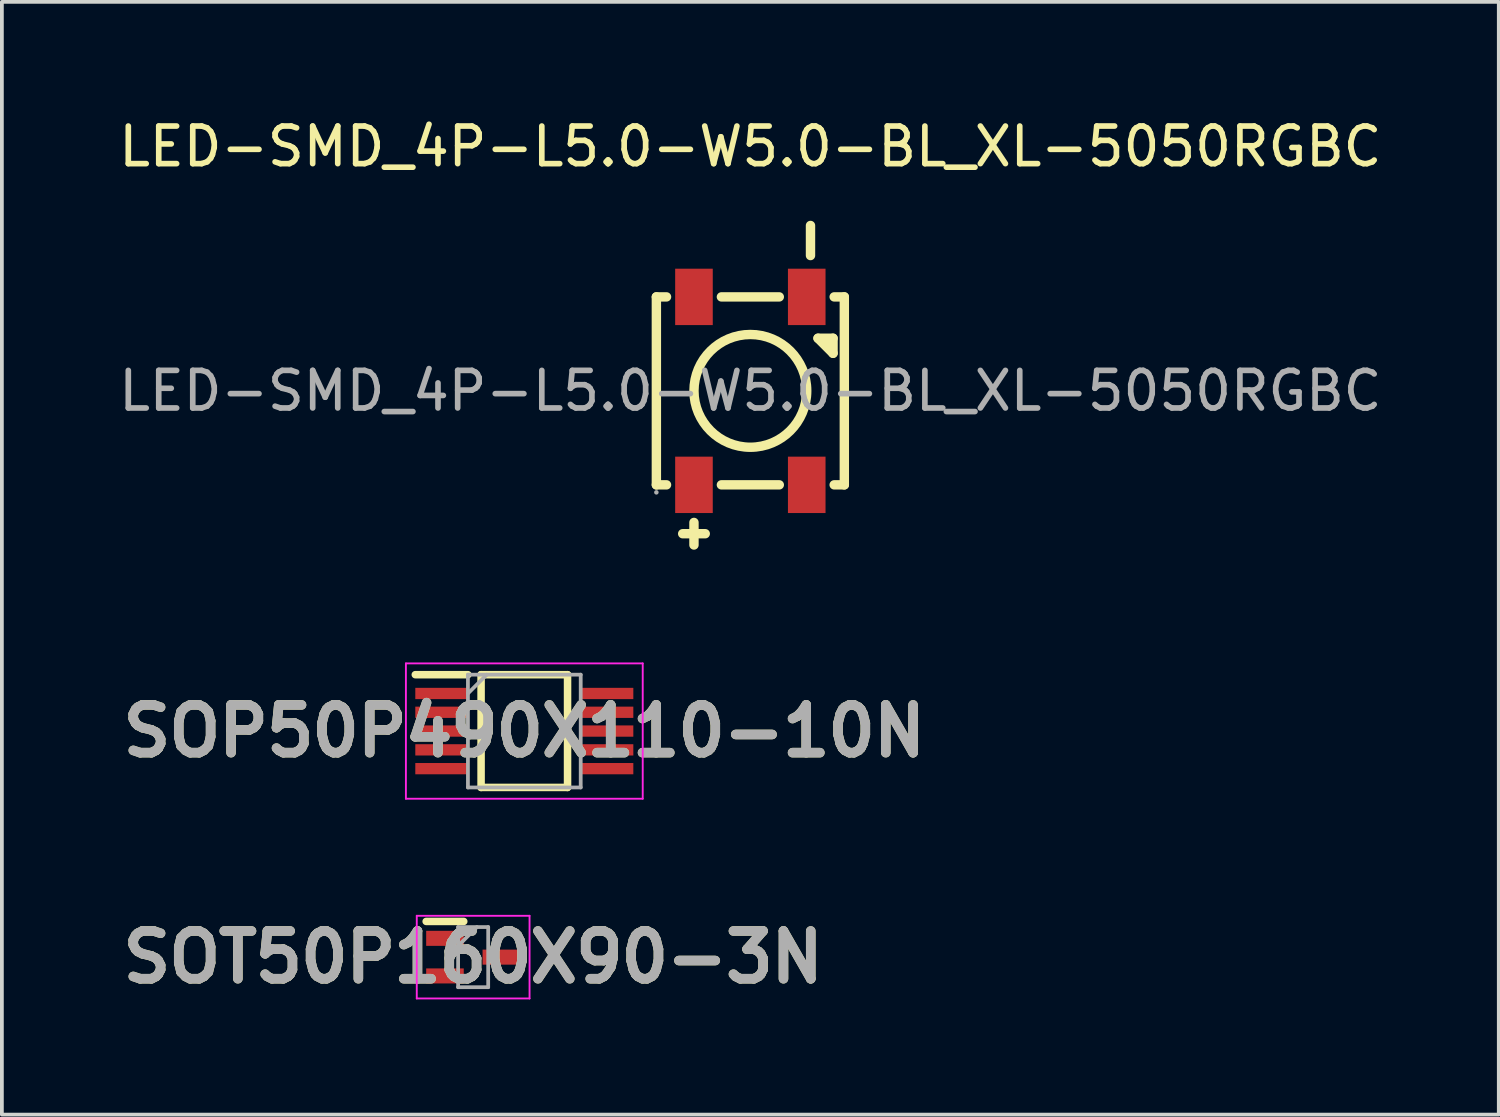
<source format=kicad_pcb>
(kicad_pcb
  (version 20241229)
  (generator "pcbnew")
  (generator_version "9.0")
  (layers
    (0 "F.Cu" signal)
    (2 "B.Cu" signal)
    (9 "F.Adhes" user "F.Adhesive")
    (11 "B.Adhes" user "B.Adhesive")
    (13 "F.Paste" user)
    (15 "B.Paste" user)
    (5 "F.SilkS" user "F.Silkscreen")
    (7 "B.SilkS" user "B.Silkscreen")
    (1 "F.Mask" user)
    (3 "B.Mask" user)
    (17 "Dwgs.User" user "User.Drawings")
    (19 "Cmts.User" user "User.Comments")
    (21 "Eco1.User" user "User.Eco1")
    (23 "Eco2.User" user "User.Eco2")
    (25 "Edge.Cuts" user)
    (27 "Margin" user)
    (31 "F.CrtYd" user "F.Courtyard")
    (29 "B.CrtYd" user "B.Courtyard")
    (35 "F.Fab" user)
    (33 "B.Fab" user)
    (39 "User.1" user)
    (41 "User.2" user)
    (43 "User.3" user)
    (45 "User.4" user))
  (footprint "LED-SMD_4P-L5.0-W5.0-BL_XL-5050RGBC"
    (layer "F.Cu")
    (at 16.911 7.348)
    (property "Reference" "LED-SMD_4P-L5.0-W5.0-BL_XL-5050RGBC" (at 0 -6.5 0) (layer "F.SilkS") (effects (font (size 1 1) (thickness 0.15))))
    (attr smd)
    (fp_line (start -2.5 -2.5) (end -2.23 -2.5) (stroke (width 0.25) (type solid)) (layer "F.SilkS"))
    (fp_line (start -2.5 2.5) (end -2.5 -2.5) (stroke (width 0.25) (type solid)) (layer "F.SilkS"))
    (fp_line (start -2.5 2.5) (end -2.23 2.5) (stroke (width 0.25) (type solid)) (layer "F.SilkS"))
    (fp_line (start -1.8 3.8) (end -1.2 3.8) (stroke (width 0.25) (type solid)) (layer "F.SilkS"))
    (fp_line (start -1.5 4.1) (end -1.5 3.5) (stroke (width 0.25) (type solid)) (layer "F.SilkS"))
    (fp_line (start -0.77 -2.5) (end 0.77 -2.5) (stroke (width 0.25) (type solid)) (layer "F.SilkS"))
    (fp_line (start -0.77 2.5) (end 0.77 2.5) (stroke (width 0.25) (type solid)) (layer "F.SilkS"))
    (fp_line (start 1.6 -4.4) (end 1.6 -3.6) (stroke (width 0.25) (type solid)) (layer "F.SilkS"))
    (fp_line (start 1.8 -1.4) (end 2.2 -1.4) (stroke (width 0.25) (type solid)) (layer "F.SilkS"))
    (fp_line (start 2.2 -1.4) (end 2.2 -1) (stroke (width 0.25) (type solid)) (layer "F.SilkS"))
    (fp_line (start 2.2 -1) (end 1.8 -1.4) (stroke (width 0.25) (type solid)) (layer "F.SilkS"))
    (fp_line (start 2.23 -2.5) (end 2.5 -2.5) (stroke (width 0.25) (type solid)) (layer "F.SilkS"))
    (fp_line (start 2.23 2.5) (end 2.5 2.5) (stroke (width 0.25) (type solid)) (layer "F.SilkS"))
    (fp_line (start 2.5 2.5) (end 2.5 -2.5) (stroke (width 0.25) (type solid)) (layer "F.SilkS"))
    (fp_circle (center 0 0) (end 1.5 0) (stroke (width 0.25) (type solid)) (fill no) (layer "F.SilkS"))
    (fp_circle (center -2.5 2.7) (end -2.47 2.7) (stroke (width 0.06) (type solid)) (fill no) (layer "F.Fab"))
    (fp_text user "${REFERENCE}" (at 0 0 0) (layer "F.Fab") (effects (font (size 1 1) (thickness 0.15))))
    (pad "1" smd rect (at -1.5 2.5 90) (size 1.5 1) (layers "F.Cu" "F.Mask" "F.Paste"))
    (pad "2" smd rect (at 1.5 2.5 90) (size 1.5 1) (layers "F.Cu" "F.Mask" "F.Paste"))
    (pad "3" smd rect (at 1.5 -2.5 90) (size 1.5 1) (layers "F.Cu" "F.Mask" "F.Paste"))
    (pad "4" smd rect (at -1.5 -2.5 90) (size 1.5 1) (layers "F.Cu" "F.Mask" "F.Paste")))
  (footprint "SOP50P490X110-10N"
    (layer "F.Cu")
    (at 10.898 16.398)
    (property "Reference" "SOP50P490X110-10N" (at 0 0 0) (layer "F.SilkS") (effects (font (size 1.27 1.27) (thickness 0.254))))
    (attr smd)
    (fp_line (start -2.9 -1.5) (end -1.5 -1.5) (stroke (width 0.2) (type solid)) (layer "F.SilkS"))
    (fp_line (start -1.15 -1.5) (end 1.15 -1.5) (stroke (width 0.2) (type solid)) (layer "F.SilkS"))
    (fp_line (start -1.15 1.5) (end -1.15 -1.5) (stroke (width 0.2) (type solid)) (layer "F.SilkS"))
    (fp_line (start 1.15 -1.5) (end 1.15 1.5) (stroke (width 0.2) (type solid)) (layer "F.SilkS"))
    (fp_line (start 1.15 1.5) (end -1.15 1.5) (stroke (width 0.2) (type solid)) (layer "F.SilkS"))
    (fp_line (start -3.15 -1.8) (end 3.15 -1.8) (stroke (width 0.05) (type solid)) (layer "F.CrtYd"))
    (fp_line (start -3.15 1.8) (end -3.15 -1.8) (stroke (width 0.05) (type solid)) (layer "F.CrtYd"))
    (fp_line (start 3.15 -1.8) (end 3.15 1.8) (stroke (width 0.05) (type solid)) (layer "F.CrtYd"))
    (fp_line (start 3.15 1.8) (end -3.15 1.8) (stroke (width 0.05) (type solid)) (layer "F.CrtYd"))
    (fp_line (start -1.5 -1.5) (end 1.5 -1.5) (stroke (width 0.1) (type solid)) (layer "F.Fab"))
    (fp_line (start -1.5 -1) (end -1 -1.5) (stroke (width 0.1) (type solid)) (layer "F.Fab"))
    (fp_line (start -1.5 1.5) (end -1.5 -1.5) (stroke (width 0.1) (type solid)) (layer "F.Fab"))
    (fp_line (start 1.5 -1.5) (end 1.5 1.5) (stroke (width 0.1) (type solid)) (layer "F.Fab"))
    (fp_line (start 1.5 1.5) (end -1.5 1.5) (stroke (width 0.1) (type solid)) (layer "F.Fab"))
    (fp_text user "${REFERENCE}" (at 0 0 0) (layer "F.Fab") (effects (font (size 1.27 1.27) (thickness 0.254))))
    (pad "1" smd rect (at -2.2 -1 90) (size 0.3 1.4) (layers "F.Cu" "F.Mask" "F.Paste"))
    (pad "2" smd rect (at -2.2 -0.5 90) (size 0.3 1.4) (layers "F.Cu" "F.Mask" "F.Paste"))
    (pad "3" smd rect (at -2.2 0 90) (size 0.3 1.4) (layers "F.Cu" "F.Mask" "F.Paste"))
    (pad "4" smd rect (at -2.2 0.5 90) (size 0.3 1.4) (layers "F.Cu" "F.Mask" "F.Paste"))
    (pad "5" smd rect (at -2.2 1 90) (size 0.3 1.4) (layers "F.Cu" "F.Mask" "F.Paste"))
    (pad "6" smd rect (at 2.2 1 90) (size 0.3 1.4) (layers "F.Cu" "F.Mask" "F.Paste"))
    (pad "7" smd rect (at 2.2 0.5 90) (size 0.3 1.4) (layers "F.Cu" "F.Mask" "F.Paste"))
    (pad "8" smd rect (at 2.2 0 90) (size 0.3 1.4) (layers "F.Cu" "F.Mask" "F.Paste"))
    (pad "9" smd rect (at 2.2 -0.5 90) (size 0.3 1.4) (layers "F.Cu" "F.Mask" "F.Paste"))
    (pad "10" smd rect (at 2.2 -1 90) (size 0.3 1.4) (layers "F.Cu" "F.Mask" "F.Paste")))
  (footprint "SOT50P160X90-3N"
    (layer "F.Cu")
    (at 9.537 22.412)
    (property "Reference" "SOT50P160X90-3N" (at 0 0 0) (layer "F.SilkS") (effects (font (size 1.27 1.27) (thickness 0.254))))
    (attr smd)
    (fp_line (start -1.25 -0.95) (end -0.25 -0.95) (stroke (width 0.2) (type solid)) (layer "F.SilkS"))
    (fp_line (start -1.5 -1.1) (end 1.5 -1.1) (stroke (width 0.05) (type solid)) (layer "F.CrtYd"))
    (fp_line (start -1.5 1.1) (end -1.5 -1.1) (stroke (width 0.05) (type solid)) (layer "F.CrtYd"))
    (fp_line (start 1.5 -1.1) (end 1.5 1.1) (stroke (width 0.05) (type solid)) (layer "F.CrtYd"))
    (fp_line (start 1.5 1.1) (end -1.5 1.1) (stroke (width 0.05) (type solid)) (layer "F.CrtYd"))
    (fp_line (start -0.4 -0.8) (end 0.4 -0.8) (stroke (width 0.1) (type solid)) (layer "F.Fab"))
    (fp_line (start -0.4 -0.3) (end 0.1 -0.8) (stroke (width 0.1) (type solid)) (layer "F.Fab"))
    (fp_line (start -0.4 0.8) (end -0.4 -0.8) (stroke (width 0.1) (type solid)) (layer "F.Fab"))
    (fp_line (start 0.4 -0.8) (end 0.4 0.8) (stroke (width 0.1) (type solid)) (layer "F.Fab"))
    (fp_line (start 0.4 0.8) (end -0.4 0.8) (stroke (width 0.1) (type solid)) (layer "F.Fab"))
    (fp_text user "${REFERENCE}" (at 0 0 0) (layer "F.Fab") (effects (font (size 1.27 1.27) (thickness 0.254))))
    (pad "1" smd rect (at -0.75 -0.5 90) (size 0.4 1) (layers "F.Cu" "F.Mask" "F.Paste"))
    (pad "2" smd rect (at -0.75 0.5 90) (size 0.4 1) (layers "F.Cu" "F.Mask" "F.Paste"))
    (pad "3" smd rect (at 0.75 0 90) (size 0.4 1) (layers "F.Cu" "F.Mask" "F.Paste")))
  (gr_rect
    (start -3 -3)
    (end 36.821 26.601)
    (stroke (width 0.1) (type default))
    (fill no)
    (layer "Edge.Cuts")))
</source>
